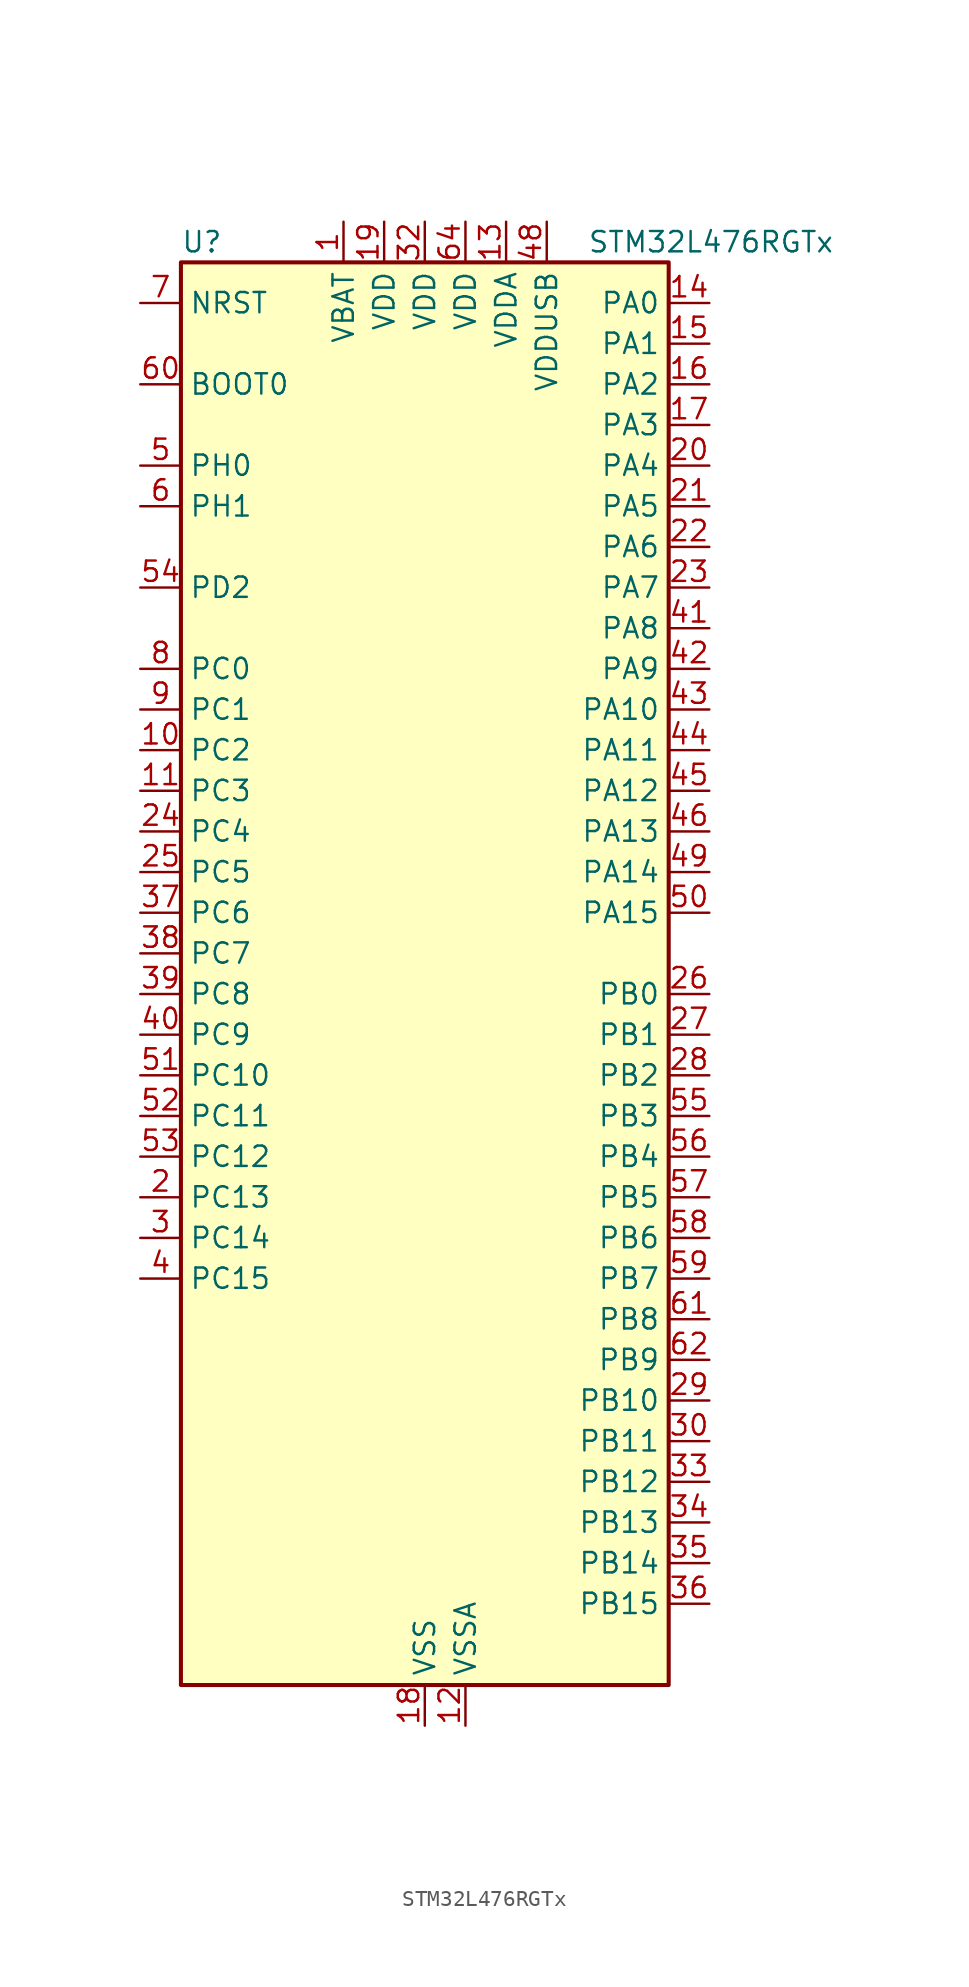
<source format=kicad_sym>
(kicad_symbol_lib
  (version 20231120)
  (generator "kicad_symbol_editor")
  (generator_version "8.0")
  (symbol "STM32L476RGTx"
    (property "Reference" "U"
      (at -15.24 46.99 0)
      (effects (font (size 1.27 1.27)) (justify left)))
    (property "Value" "STM32L476RGTx"
      (at 10.16 46.99 0)
      (effects (font (size 1.27 1.27)) (justify left)))
    (symbol "STM32L476RGTx_0_1"
      (rectangle (start -15.24 -43.18) (end 15.24 45.72) (stroke (width 0.254) (type default)) (fill (type background))))
    (symbol "STM32L476RGTx_1_1"
      (pin power_in line (at -5.08 48.26 270) (length 2.54) (name "VBAT" (effects (font (size 1.27 1.27)))) (number "1" (effects (font (size 1.27 1.27)))))
      (pin bidirectional line (at -17.78 15.24 0) (length 2.54) (name "PC2" (effects (font (size 1.27 1.27)))) (number "10" (effects (font (size 1.27 1.27)))) (alternate "ADC1_IN3" bidirectional line) (alternate "ADC2_IN3" bidirectional line) (alternate "ADC3_IN3" bidirectional line) (alternate "DFSDM1_CKOUT" bidirectional line) (alternate "LCD_SEG20" bidirectional line) (alternate "LPTIM1_IN2" bidirectional line) (alternate "SPI2_MISO" bidirectional line))
      (pin bidirectional line (at -17.78 12.7 0) (length 2.54) (name "PC3" (effects (font (size 1.27 1.27)))) (number "11" (effects (font (size 1.27 1.27)))) (alternate "ADC1_IN4" bidirectional line) (alternate "ADC2_IN4" bidirectional line) (alternate "ADC3_IN4" bidirectional line) (alternate "LCD_VLCD" bidirectional line) (alternate "LPTIM1_ETR" bidirectional line) (alternate "LPTIM2_ETR" bidirectional line) (alternate "SAI1_SD_A" bidirectional line) (alternate "SPI2_MOSI" bidirectional line))
      (pin power_in line (at 2.54 -45.72 90) (length 2.54) (name "VSSA" (effects (font (size 1.27 1.27)))) (number "12" (effects (font (size 1.27 1.27)))))
      (pin power_in line (at 5.08 48.26 270) (length 2.54) (name "VDDA" (effects (font (size 1.27 1.27)))) (number "13" (effects (font (size 1.27 1.27)))))
      (pin bidirectional line (at 17.78 43.18 180) (length 2.54) (name "PA0" (effects (font (size 1.27 1.27)))) (number "14" (effects (font (size 1.27 1.27)))) (alternate "ADC1_IN5" bidirectional line) (alternate "ADC2_IN5" bidirectional line) (alternate "OPAMP1_VINP" bidirectional line) (alternate "RTC_TAMP2" bidirectional line) (alternate "SAI1_EXTCLK" bidirectional line) (alternate "SYS_WKUP1" bidirectional line) (alternate "TIM2_CH1" bidirectional line) (alternate "TIM2_ETR" bidirectional line) (alternate "TIM5_CH1" bidirectional line) (alternate "TIM8_ETR" bidirectional line) (alternate "UART4_TX" bidirectional line) (alternate "USART2_CTS" bidirectional line))
      (pin bidirectional line (at 17.78 40.64 180) (length 2.54) (name "PA1" (effects (font (size 1.27 1.27)))) (number "15" (effects (font (size 1.27 1.27)))) (alternate "ADC1_IN6" bidirectional line) (alternate "ADC2_IN6" bidirectional line) (alternate "LCD_SEG0" bidirectional line) (alternate "OPAMP1_VINM" bidirectional line) (alternate "TIM15_CH1N" bidirectional line) (alternate "TIM2_CH2" bidirectional line) (alternate "TIM5_CH2" bidirectional line) (alternate "UART4_RX" bidirectional line) (alternate "USART2_DE" bidirectional line) (alternate "USART2_RTS" bidirectional line))
      (pin bidirectional line (at 17.78 38.1 180) (length 2.54) (name "PA2" (effects (font (size 1.27 1.27)))) (number "16" (effects (font (size 1.27 1.27)))) (alternate "ADC1_IN7" bidirectional line) (alternate "ADC2_IN7" bidirectional line) (alternate "LCD_SEG1" bidirectional line) (alternate "RCC_LSCO" bidirectional line) (alternate "SAI2_EXTCLK" bidirectional line) (alternate "SYS_WKUP4" bidirectional line) (alternate "TIM15_CH1" bidirectional line) (alternate "TIM2_CH3" bidirectional line) (alternate "TIM5_CH3" bidirectional line) (alternate "USART2_TX" bidirectional line))
      (pin bidirectional line (at 17.78 35.56 180) (length 2.54) (name "PA3" (effects (font (size 1.27 1.27)))) (number "17" (effects (font (size 1.27 1.27)))) (alternate "ADC1_IN8" bidirectional line) (alternate "ADC2_IN8" bidirectional line) (alternate "LCD_SEG2" bidirectional line) (alternate "OPAMP1_VOUT" bidirectional line) (alternate "TIM15_CH2" bidirectional line) (alternate "TIM2_CH4" bidirectional line) (alternate "TIM5_CH4" bidirectional line) (alternate "USART2_RX" bidirectional line))
      (pin power_in line (at 0 -45.72 90) (length 2.54) (name "VSS" (effects (font (size 1.27 1.27)))) (number "18" (effects (font (size 1.27 1.27)))))
      (pin power_in line (at -2.54 48.26 270) (length 2.54) (name "VDD" (effects (font (size 1.27 1.27)))) (number "19" (effects (font (size 1.27 1.27)))))
      (pin bidirectional line (at -17.78 -12.7 0) (length 2.54) (name "PC13" (effects (font (size 1.27 1.27)))) (number "2" (effects (font (size 1.27 1.27)))) (alternate "RTC_OUT_ALARM" bidirectional line) (alternate "RTC_OUT_CALIB" bidirectional line) (alternate "RTC_TAMP1" bidirectional line) (alternate "RTC_TS" bidirectional line) (alternate "SYS_WKUP2" bidirectional line))
      (pin bidirectional line (at 17.78 33.02 180) (length 2.54) (name "PA4" (effects (font (size 1.27 1.27)))) (number "20" (effects (font (size 1.27 1.27)))) (alternate "ADC1_IN9" bidirectional line) (alternate "ADC2_IN9" bidirectional line) (alternate "DAC1_OUT1" bidirectional line) (alternate "LPTIM2_OUT" bidirectional line) (alternate "SAI1_FS_B" bidirectional line) (alternate "SPI1_NSS" bidirectional line) (alternate "SPI3_NSS" bidirectional line) (alternate "USART2_CK" bidirectional line))
      (pin bidirectional line (at 17.78 30.48 180) (length 2.54) (name "PA5" (effects (font (size 1.27 1.27)))) (number "21" (effects (font (size 1.27 1.27)))) (alternate "ADC1_IN10" bidirectional line) (alternate "ADC2_IN10" bidirectional line) (alternate "DAC1_OUT2" bidirectional line) (alternate "LPTIM2_ETR" bidirectional line) (alternate "SPI1_SCK" bidirectional line) (alternate "TIM2_CH1" bidirectional line) (alternate "TIM2_ETR" bidirectional line) (alternate "TIM8_CH1N" bidirectional line))
      (pin bidirectional line (at 17.78 27.94 180) (length 2.54) (name "PA6" (effects (font (size 1.27 1.27)))) (number "22" (effects (font (size 1.27 1.27)))) (alternate "ADC1_IN11" bidirectional line) (alternate "ADC2_IN11" bidirectional line) (alternate "LCD_SEG3" bidirectional line) (alternate "OPAMP2_VINP" bidirectional line) (alternate "QUADSPI_BK1_IO3" bidirectional line) (alternate "SPI1_MISO" bidirectional line) (alternate "TIM16_CH1" bidirectional line) (alternate "TIM1_BKIN" bidirectional line) (alternate "TIM1_BKIN_COMP2" bidirectional line) (alternate "TIM3_CH1" bidirectional line) (alternate "TIM8_BKIN" bidirectional line) (alternate "TIM8_BKIN_COMP2" bidirectional line) (alternate "USART3_CTS" bidirectional line))
      (pin bidirectional line (at 17.78 25.4 180) (length 2.54) (name "PA7" (effects (font (size 1.27 1.27)))) (number "23" (effects (font (size 1.27 1.27)))) (alternate "ADC1_IN12" bidirectional line) (alternate "ADC2_IN12" bidirectional line) (alternate "LCD_SEG4" bidirectional line) (alternate "OPAMP2_VINM" bidirectional line) (alternate "QUADSPI_BK1_IO2" bidirectional line) (alternate "SPI1_MOSI" bidirectional line) (alternate "TIM17_CH1" bidirectional line) (alternate "TIM1_CH1N" bidirectional line) (alternate "TIM3_CH2" bidirectional line) (alternate "TIM8_CH1N" bidirectional line))
      (pin bidirectional line (at -17.78 10.16 0) (length 2.54) (name "PC4" (effects (font (size 1.27 1.27)))) (number "24" (effects (font (size 1.27 1.27)))) (alternate "ADC1_IN13" bidirectional line) (alternate "ADC2_IN13" bidirectional line) (alternate "COMP1_INM" bidirectional line) (alternate "LCD_SEG22" bidirectional line) (alternate "USART3_TX" bidirectional line))
      (pin bidirectional line (at -17.78 7.62 0) (length 2.54) (name "PC5" (effects (font (size 1.27 1.27)))) (number "25" (effects (font (size 1.27 1.27)))) (alternate "ADC1_IN14" bidirectional line) (alternate "ADC2_IN14" bidirectional line) (alternate "COMP1_INP" bidirectional line) (alternate "LCD_SEG23" bidirectional line) (alternate "SYS_WKUP5" bidirectional line) (alternate "USART3_RX" bidirectional line))
      (pin bidirectional line (at 17.78 0 180) (length 2.54) (name "PB0" (effects (font (size 1.27 1.27)))) (number "26" (effects (font (size 1.27 1.27)))) (alternate "ADC1_IN15" bidirectional line) (alternate "ADC2_IN15" bidirectional line) (alternate "COMP1_OUT" bidirectional line) (alternate "LCD_SEG5" bidirectional line) (alternate "OPAMP2_VOUT" bidirectional line) (alternate "QUADSPI_BK1_IO1" bidirectional line) (alternate "TIM1_CH2N" bidirectional line) (alternate "TIM3_CH3" bidirectional line) (alternate "TIM8_CH2N" bidirectional line) (alternate "USART3_CK" bidirectional line))
      (pin bidirectional line (at 17.78 -2.54 180) (length 2.54) (name "PB1" (effects (font (size 1.27 1.27)))) (number "27" (effects (font (size 1.27 1.27)))) (alternate "ADC1_IN16" bidirectional line) (alternate "ADC2_IN16" bidirectional line) (alternate "COMP1_INM" bidirectional line) (alternate "DFSDM1_DATIN0" bidirectional line) (alternate "LCD_SEG6" bidirectional line) (alternate "LPTIM2_IN1" bidirectional line) (alternate "QUADSPI_BK1_IO0" bidirectional line) (alternate "TIM1_CH3N" bidirectional line) (alternate "TIM3_CH4" bidirectional line) (alternate "TIM8_CH3N" bidirectional line) (alternate "USART3_DE" bidirectional line) (alternate "USART3_RTS" bidirectional line))
      (pin bidirectional line (at 17.78 -5.08 180) (length 2.54) (name "PB2" (effects (font (size 1.27 1.27)))) (number "28" (effects (font (size 1.27 1.27)))) (alternate "COMP1_INP" bidirectional line) (alternate "DFSDM1_CKIN0" bidirectional line) (alternate "I2C3_SMBA" bidirectional line) (alternate "LPTIM1_OUT" bidirectional line) (alternate "RTC_OUT_ALARM" bidirectional line) (alternate "RTC_OUT_CALIB" bidirectional line))
      (pin bidirectional line (at 17.78 -25.4 180) (length 2.54) (name "PB10" (effects (font (size 1.27 1.27)))) (number "29" (effects (font (size 1.27 1.27)))) (alternate "COMP1_OUT" bidirectional line) (alternate "DFSDM1_DATIN7" bidirectional line) (alternate "I2C2_SCL" bidirectional line) (alternate "LCD_SEG10" bidirectional line) (alternate "LPUART1_RX" bidirectional line) (alternate "QUADSPI_CLK" bidirectional line) (alternate "SAI1_SCK_A" bidirectional line) (alternate "SPI2_SCK" bidirectional line) (alternate "TIM2_CH3" bidirectional line) (alternate "USART3_TX" bidirectional line))
      (pin bidirectional line (at -17.78 -15.24 0) (length 2.54) (name "PC14" (effects (font (size 1.27 1.27)))) (number "3" (effects (font (size 1.27 1.27)))) (alternate "RCC_OSC32_IN" bidirectional line))
      (pin bidirectional line (at 17.78 -27.94 180) (length 2.54) (name "PB11" (effects (font (size 1.27 1.27)))) (number "30" (effects (font (size 1.27 1.27)))) (alternate "ADC1_EXTI11" bidirectional line) (alternate "ADC2_EXTI11" bidirectional line) (alternate "ADC3_EXTI11" bidirectional line) (alternate "COMP2_OUT" bidirectional line) (alternate "DFSDM1_CKIN7" bidirectional line) (alternate "I2C2_SDA" bidirectional line) (alternate "LCD_SEG11" bidirectional line) (alternate "LPUART1_TX" bidirectional line) (alternate "QUADSPI_NCS" bidirectional line) (alternate "TIM2_CH4" bidirectional line) (alternate "USART3_RX" bidirectional line))
      (pin passive line (at 0 -45.72 90) (length 2.54) hide (name "VSS" (effects (font (size 1.27 1.27)))) (number "31" (effects (font (size 1.27 1.27)))))
      (pin power_in line (at 0 48.26 270) (length 2.54) (name "VDD" (effects (font (size 1.27 1.27)))) (number "32" (effects (font (size 1.27 1.27)))))
      (pin bidirectional line (at 17.78 -30.48 180) (length 2.54) (name "PB12" (effects (font (size 1.27 1.27)))) (number "33" (effects (font (size 1.27 1.27)))) (alternate "DFSDM1_DATIN1" bidirectional line) (alternate "I2C2_SMBA" bidirectional line) (alternate "LCD_SEG12" bidirectional line) (alternate "LPUART1_DE" bidirectional line) (alternate "LPUART1_RTS" bidirectional line) (alternate "SAI2_FS_A" bidirectional line) (alternate "SPI2_NSS" bidirectional line) (alternate "SWPMI1_IO" bidirectional line) (alternate "TIM15_BKIN" bidirectional line) (alternate "TIM1_BKIN" bidirectional line) (alternate "TIM1_BKIN_COMP2" bidirectional line) (alternate "TSC_G1_IO1" bidirectional line) (alternate "USART3_CK" bidirectional line))
      (pin bidirectional line (at 17.78 -33.02 180) (length 2.54) (name "PB13" (effects (font (size 1.27 1.27)))) (number "34" (effects (font (size 1.27 1.27)))) (alternate "DFSDM1_CKIN1" bidirectional line) (alternate "I2C2_SCL" bidirectional line) (alternate "LCD_SEG13" bidirectional line) (alternate "LPUART1_CTS" bidirectional line) (alternate "SAI2_SCK_A" bidirectional line) (alternate "SPI2_SCK" bidirectional line) (alternate "SWPMI1_TX" bidirectional line) (alternate "TIM15_CH1N" bidirectional line) (alternate "TIM1_CH1N" bidirectional line) (alternate "TSC_G1_IO2" bidirectional line) (alternate "USART3_CTS" bidirectional line))
      (pin bidirectional line (at 17.78 -35.56 180) (length 2.54) (name "PB14" (effects (font (size 1.27 1.27)))) (number "35" (effects (font (size 1.27 1.27)))) (alternate "DFSDM1_DATIN2" bidirectional line) (alternate "I2C2_SDA" bidirectional line) (alternate "LCD_SEG14" bidirectional line) (alternate "SAI2_MCLK_A" bidirectional line) (alternate "SPI2_MISO" bidirectional line) (alternate "SWPMI1_RX" bidirectional line) (alternate "TIM15_CH1" bidirectional line) (alternate "TIM1_CH2N" bidirectional line) (alternate "TIM8_CH2N" bidirectional line) (alternate "TSC_G1_IO3" bidirectional line) (alternate "USART3_DE" bidirectional line) (alternate "USART3_RTS" bidirectional line))
      (pin bidirectional line (at 17.78 -38.1 180) (length 2.54) (name "PB15" (effects (font (size 1.27 1.27)))) (number "36" (effects (font (size 1.27 1.27)))) (alternate "ADC1_EXTI15" bidirectional line) (alternate "ADC2_EXTI15" bidirectional line) (alternate "ADC3_EXTI15" bidirectional line) (alternate "DFSDM1_CKIN2" bidirectional line) (alternate "LCD_SEG15" bidirectional line) (alternate "RTC_REFIN" bidirectional line) (alternate "SAI2_SD_A" bidirectional line) (alternate "SPI2_MOSI" bidirectional line) (alternate "SWPMI1_SUSPEND" bidirectional line) (alternate "TIM15_CH2" bidirectional line) (alternate "TIM1_CH3N" bidirectional line) (alternate "TIM8_CH3N" bidirectional line) (alternate "TSC_G1_IO4" bidirectional line))
      (pin bidirectional line (at -17.78 5.08 0) (length 2.54) (name "PC6" (effects (font (size 1.27 1.27)))) (number "37" (effects (font (size 1.27 1.27)))) (alternate "DFSDM1_CKIN3" bidirectional line) (alternate "LCD_SEG24" bidirectional line) (alternate "SAI2_MCLK_A" bidirectional line) (alternate "SDMMC1_D6" bidirectional line) (alternate "TIM3_CH1" bidirectional line) (alternate "TIM8_CH1" bidirectional line) (alternate "TSC_G4_IO1" bidirectional line))
      (pin bidirectional line (at -17.78 2.54 0) (length 2.54) (name "PC7" (effects (font (size 1.27 1.27)))) (number "38" (effects (font (size 1.27 1.27)))) (alternate "DFSDM1_DATIN3" bidirectional line) (alternate "LCD_SEG25" bidirectional line) (alternate "SAI2_MCLK_B" bidirectional line) (alternate "SDMMC1_D7" bidirectional line) (alternate "TIM3_CH2" bidirectional line) (alternate "TIM8_CH2" bidirectional line) (alternate "TSC_G4_IO2" bidirectional line))
      (pin bidirectional line (at -17.78 0 0) (length 2.54) (name "PC8" (effects (font (size 1.27 1.27)))) (number "39" (effects (font (size 1.27 1.27)))) (alternate "LCD_SEG26" bidirectional line) (alternate "SDMMC1_D0" bidirectional line) (alternate "TIM3_CH3" bidirectional line) (alternate "TIM8_CH3" bidirectional line) (alternate "TSC_G4_IO3" bidirectional line))
      (pin bidirectional line (at -17.78 -17.78 0) (length 2.54) (name "PC15" (effects (font (size 1.27 1.27)))) (number "4" (effects (font (size 1.27 1.27)))) (alternate "ADC1_EXTI15" bidirectional line) (alternate "ADC2_EXTI15" bidirectional line) (alternate "ADC3_EXTI15" bidirectional line) (alternate "RCC_OSC32_OUT" bidirectional line))
      (pin bidirectional line (at -17.78 -2.54 0) (length 2.54) (name "PC9" (effects (font (size 1.27 1.27)))) (number "40" (effects (font (size 1.27 1.27)))) (alternate "DAC1_EXTI9" bidirectional line) (alternate "LCD_SEG27" bidirectional line) (alternate "SAI2_EXTCLK" bidirectional line) (alternate "SDMMC1_D1" bidirectional line) (alternate "TIM3_CH4" bidirectional line) (alternate "TIM8_BKIN2" bidirectional line) (alternate "TIM8_BKIN2_COMP1" bidirectional line) (alternate "TIM8_CH4" bidirectional line) (alternate "TSC_G4_IO4" bidirectional line) (alternate "USB_OTG_FS_NOE" bidirectional line))
      (pin bidirectional line (at 17.78 22.86 180) (length 2.54) (name "PA8" (effects (font (size 1.27 1.27)))) (number "41" (effects (font (size 1.27 1.27)))) (alternate "LCD_COM0" bidirectional line) (alternate "LPTIM2_OUT" bidirectional line) (alternate "RCC_MCO" bidirectional line) (alternate "TIM1_CH1" bidirectional line) (alternate "USART1_CK" bidirectional line) (alternate "USB_OTG_FS_SOF" bidirectional line))
      (pin bidirectional line (at 17.78 20.32 180) (length 2.54) (name "PA9" (effects (font (size 1.27 1.27)))) (number "42" (effects (font (size 1.27 1.27)))) (alternate "DAC1_EXTI9" bidirectional line) (alternate "LCD_COM1" bidirectional line) (alternate "TIM15_BKIN" bidirectional line) (alternate "TIM1_CH2" bidirectional line) (alternate "USART1_TX" bidirectional line) (alternate "USB_OTG_FS_VBUS" bidirectional line))
      (pin bidirectional line (at 17.78 17.78 180) (length 2.54) (name "PA10" (effects (font (size 1.27 1.27)))) (number "43" (effects (font (size 1.27 1.27)))) (alternate "LCD_COM2" bidirectional line) (alternate "TIM17_BKIN" bidirectional line) (alternate "TIM1_CH3" bidirectional line) (alternate "USART1_RX" bidirectional line) (alternate "USB_OTG_FS_ID" bidirectional line))
      (pin bidirectional line (at 17.78 15.24 180) (length 2.54) (name "PA11" (effects (font (size 1.27 1.27)))) (number "44" (effects (font (size 1.27 1.27)))) (alternate "ADC1_EXTI11" bidirectional line) (alternate "ADC2_EXTI11" bidirectional line) (alternate "ADC3_EXTI11" bidirectional line) (alternate "CAN1_RX" bidirectional line) (alternate "TIM1_BKIN2" bidirectional line) (alternate "TIM1_BKIN2_COMP1" bidirectional line) (alternate "TIM1_CH4" bidirectional line) (alternate "USART1_CTS" bidirectional line) (alternate "USB_OTG_FS_DM" bidirectional line))
      (pin bidirectional line (at 17.78 12.7 180) (length 2.54) (name "PA12" (effects (font (size 1.27 1.27)))) (number "45" (effects (font (size 1.27 1.27)))) (alternate "CAN1_TX" bidirectional line) (alternate "TIM1_ETR" bidirectional line) (alternate "USART1_DE" bidirectional line) (alternate "USART1_RTS" bidirectional line) (alternate "USB_OTG_FS_DP" bidirectional line))
      (pin bidirectional line (at 17.78 10.16 180) (length 2.54) (name "PA13" (effects (font (size 1.27 1.27)))) (number "46" (effects (font (size 1.27 1.27)))) (alternate "IR_OUT" bidirectional line) (alternate "SYS_JTMS-SWDIO" bidirectional line) (alternate "USB_OTG_FS_NOE" bidirectional line))
      (pin passive line (at 0 -45.72 90) (length 2.54) hide (name "VSS" (effects (font (size 1.27 1.27)))) (number "47" (effects (font (size 1.27 1.27)))))
      (pin power_in line (at 7.62 48.26 270) (length 2.54) (name "VDDUSB" (effects (font (size 1.27 1.27)))) (number "48" (effects (font (size 1.27 1.27)))))
      (pin bidirectional line (at 17.78 7.62 180) (length 2.54) (name "PA14" (effects (font (size 1.27 1.27)))) (number "49" (effects (font (size 1.27 1.27)))) (alternate "SYS_JTCK-SWCLK" bidirectional line))
      (pin bidirectional line (at -17.78 33.02 0) (length 2.54) (name "PH0" (effects (font (size 1.27 1.27)))) (number "5" (effects (font (size 1.27 1.27)))) (alternate "RCC_OSC_IN" bidirectional line))
      (pin bidirectional line (at 17.78 5.08 180) (length 2.54) (name "PA15" (effects (font (size 1.27 1.27)))) (number "50" (effects (font (size 1.27 1.27)))) (alternate "ADC1_EXTI15" bidirectional line) (alternate "ADC2_EXTI15" bidirectional line) (alternate "ADC3_EXTI15" bidirectional line) (alternate "LCD_SEG17" bidirectional line) (alternate "SAI2_FS_B" bidirectional line) (alternate "SPI1_NSS" bidirectional line) (alternate "SPI3_NSS" bidirectional line) (alternate "SYS_JTDI" bidirectional line) (alternate "TIM2_CH1" bidirectional line) (alternate "TIM2_ETR" bidirectional line) (alternate "TSC_G3_IO1" bidirectional line) (alternate "UART4_DE" bidirectional line) (alternate "UART4_RTS" bidirectional line))
      (pin bidirectional line (at -17.78 -5.08 0) (length 2.54) (name "PC10" (effects (font (size 1.27 1.27)))) (number "51" (effects (font (size 1.27 1.27)))) (alternate "LCD_COM4" bidirectional line) (alternate "LCD_SEG28" bidirectional line) (alternate "LCD_SEG40" bidirectional line) (alternate "SAI2_SCK_B" bidirectional line) (alternate "SDMMC1_D2" bidirectional line) (alternate "SPI3_SCK" bidirectional line) (alternate "TSC_G3_IO2" bidirectional line) (alternate "UART4_TX" bidirectional line) (alternate "USART3_TX" bidirectional line))
      (pin bidirectional line (at -17.78 -7.62 0) (length 2.54) (name "PC11" (effects (font (size 1.27 1.27)))) (number "52" (effects (font (size 1.27 1.27)))) (alternate "ADC1_EXTI11" bidirectional line) (alternate "ADC2_EXTI11" bidirectional line) (alternate "ADC3_EXTI11" bidirectional line) (alternate "LCD_COM5" bidirectional line) (alternate "LCD_SEG29" bidirectional line) (alternate "LCD_SEG41" bidirectional line) (alternate "SAI2_MCLK_B" bidirectional line) (alternate "SDMMC1_D3" bidirectional line) (alternate "SPI3_MISO" bidirectional line) (alternate "TSC_G3_IO3" bidirectional line) (alternate "UART4_RX" bidirectional line) (alternate "USART3_RX" bidirectional line))
      (pin bidirectional line (at -17.78 -10.16 0) (length 2.54) (name "PC12" (effects (font (size 1.27 1.27)))) (number "53" (effects (font (size 1.27 1.27)))) (alternate "LCD_COM6" bidirectional line) (alternate "LCD_SEG30" bidirectional line) (alternate "LCD_SEG42" bidirectional line) (alternate "SAI2_SD_B" bidirectional line) (alternate "SDMMC1_CK" bidirectional line) (alternate "SPI3_MOSI" bidirectional line) (alternate "TSC_G3_IO4" bidirectional line) (alternate "UART5_TX" bidirectional line) (alternate "USART3_CK" bidirectional line))
      (pin bidirectional line (at -17.78 25.4 0) (length 2.54) (name "PD2" (effects (font (size 1.27 1.27)))) (number "54" (effects (font (size 1.27 1.27)))) (alternate "LCD_COM7" bidirectional line) (alternate "LCD_SEG31" bidirectional line) (alternate "LCD_SEG43" bidirectional line) (alternate "SDMMC1_CMD" bidirectional line) (alternate "TIM3_ETR" bidirectional line) (alternate "TSC_SYNC" bidirectional line) (alternate "UART5_RX" bidirectional line) (alternate "USART3_DE" bidirectional line) (alternate "USART3_RTS" bidirectional line))
      (pin bidirectional line (at 17.78 -7.62 180) (length 2.54) (name "PB3" (effects (font (size 1.27 1.27)))) (number "55" (effects (font (size 1.27 1.27)))) (alternate "COMP2_INM" bidirectional line) (alternate "LCD_SEG7" bidirectional line) (alternate "SAI1_SCK_B" bidirectional line) (alternate "SPI1_SCK" bidirectional line) (alternate "SPI3_SCK" bidirectional line) (alternate "SYS_JTDO-SWO" bidirectional line) (alternate "TIM2_CH2" bidirectional line) (alternate "USART1_DE" bidirectional line) (alternate "USART1_RTS" bidirectional line))
      (pin bidirectional line (at 17.78 -10.16 180) (length 2.54) (name "PB4" (effects (font (size 1.27 1.27)))) (number "56" (effects (font (size 1.27 1.27)))) (alternate "COMP2_INP" bidirectional line) (alternate "LCD_SEG8" bidirectional line) (alternate "SAI1_MCLK_B" bidirectional line) (alternate "SPI1_MISO" bidirectional line) (alternate "SPI3_MISO" bidirectional line) (alternate "SYS_JTRST" bidirectional line) (alternate "TIM17_BKIN" bidirectional line) (alternate "TIM3_CH1" bidirectional line) (alternate "TSC_G2_IO1" bidirectional line) (alternate "UART5_DE" bidirectional line) (alternate "UART5_RTS" bidirectional line) (alternate "USART1_CTS" bidirectional line))
      (pin bidirectional line (at 17.78 -12.7 180) (length 2.54) (name "PB5" (effects (font (size 1.27 1.27)))) (number "57" (effects (font (size 1.27 1.27)))) (alternate "COMP2_OUT" bidirectional line) (alternate "I2C1_SMBA" bidirectional line) (alternate "LCD_SEG9" bidirectional line) (alternate "LPTIM1_IN1" bidirectional line) (alternate "SAI1_SD_B" bidirectional line) (alternate "SPI1_MOSI" bidirectional line) (alternate "SPI3_MOSI" bidirectional line) (alternate "TIM16_BKIN" bidirectional line) (alternate "TIM3_CH2" bidirectional line) (alternate "TSC_G2_IO2" bidirectional line) (alternate "UART5_CTS" bidirectional line) (alternate "USART1_CK" bidirectional line))
      (pin bidirectional line (at 17.78 -15.24 180) (length 2.54) (name "PB6" (effects (font (size 1.27 1.27)))) (number "58" (effects (font (size 1.27 1.27)))) (alternate "COMP2_INP" bidirectional line) (alternate "DFSDM1_DATIN5" bidirectional line) (alternate "I2C1_SCL" bidirectional line) (alternate "LPTIM1_ETR" bidirectional line) (alternate "SAI1_FS_B" bidirectional line) (alternate "TIM16_CH1N" bidirectional line) (alternate "TIM4_CH1" bidirectional line) (alternate "TIM8_BKIN2" bidirectional line) (alternate "TIM8_BKIN2_COMP2" bidirectional line) (alternate "TSC_G2_IO3" bidirectional line) (alternate "USART1_TX" bidirectional line))
      (pin bidirectional line (at 17.78 -17.78 180) (length 2.54) (name "PB7" (effects (font (size 1.27 1.27)))) (number "59" (effects (font (size 1.27 1.27)))) (alternate "COMP2_INM" bidirectional line) (alternate "DFSDM1_CKIN5" bidirectional line) (alternate "I2C1_SDA" bidirectional line) (alternate "LCD_SEG21" bidirectional line) (alternate "LPTIM1_IN2" bidirectional line) (alternate "SYS_PVD_IN" bidirectional line) (alternate "TIM17_CH1N" bidirectional line) (alternate "TIM4_CH2" bidirectional line) (alternate "TIM8_BKIN" bidirectional line) (alternate "TIM8_BKIN_COMP1" bidirectional line) (alternate "TSC_G2_IO4" bidirectional line) (alternate "UART4_CTS" bidirectional line) (alternate "USART1_RX" bidirectional line))
      (pin bidirectional line (at -17.78 30.48 0) (length 2.54) (name "PH1" (effects (font (size 1.27 1.27)))) (number "6" (effects (font (size 1.27 1.27)))) (alternate "RCC_OSC_OUT" bidirectional line))
      (pin input line (at -17.78 38.1 0) (length 2.54) (name "BOOT0" (effects (font (size 1.27 1.27)))) (number "60" (effects (font (size 1.27 1.27)))))
      (pin bidirectional line (at 17.78 -20.32 180) (length 2.54) (name "PB8" (effects (font (size 1.27 1.27)))) (number "61" (effects (font (size 1.27 1.27)))) (alternate "CAN1_RX" bidirectional line) (alternate "DFSDM1_DATIN6" bidirectional line) (alternate "I2C1_SCL" bidirectional line) (alternate "LCD_SEG16" bidirectional line) (alternate "SAI1_MCLK_A" bidirectional line) (alternate "SDMMC1_D4" bidirectional line) (alternate "TIM16_CH1" bidirectional line) (alternate "TIM4_CH3" bidirectional line))
      (pin bidirectional line (at 17.78 -22.86 180) (length 2.54) (name "PB9" (effects (font (size 1.27 1.27)))) (number "62" (effects (font (size 1.27 1.27)))) (alternate "CAN1_TX" bidirectional line) (alternate "DAC1_EXTI9" bidirectional line) (alternate "DFSDM1_CKIN6" bidirectional line) (alternate "I2C1_SDA" bidirectional line) (alternate "IR_OUT" bidirectional line) (alternate "LCD_COM3" bidirectional line) (alternate "SAI1_FS_A" bidirectional line) (alternate "SDMMC1_D5" bidirectional line) (alternate "SPI2_NSS" bidirectional line) (alternate "TIM17_CH1" bidirectional line) (alternate "TIM4_CH4" bidirectional line))
      (pin passive line (at 0 -45.72 90) (length 2.54) hide (name "VSS" (effects (font (size 1.27 1.27)))) (number "63" (effects (font (size 1.27 1.27)))))
      (pin power_in line (at 2.54 48.26 270) (length 2.54) (name "VDD" (effects (font (size 1.27 1.27)))) (number "64" (effects (font (size 1.27 1.27)))))
      (pin input line (at -17.78 43.18 0) (length 2.54) (name "NRST" (effects (font (size 1.27 1.27)))) (number "7" (effects (font (size 1.27 1.27)))))
      (pin bidirectional line (at -17.78 20.32 0) (length 2.54) (name "PC0" (effects (font (size 1.27 1.27)))) (number "8" (effects (font (size 1.27 1.27)))) (alternate "ADC1_IN1" bidirectional line) (alternate "ADC2_IN1" bidirectional line) (alternate "ADC3_IN1" bidirectional line) (alternate "DFSDM1_DATIN4" bidirectional line) (alternate "I2C3_SCL" bidirectional line) (alternate "LCD_SEG18" bidirectional line) (alternate "LPTIM1_IN1" bidirectional line) (alternate "LPTIM2_IN1" bidirectional line) (alternate "LPUART1_RX" bidirectional line))
      (pin bidirectional line (at -17.78 17.78 0) (length 2.54) (name "PC1" (effects (font (size 1.27 1.27)))) (number "9" (effects (font (size 1.27 1.27)))) (alternate "ADC1_IN2" bidirectional line) (alternate "ADC2_IN2" bidirectional line) (alternate "ADC3_IN2" bidirectional line) (alternate "DFSDM1_CKIN4" bidirectional line) (alternate "I2C3_SDA" bidirectional line) (alternate "LCD_SEG19" bidirectional line) (alternate "LPTIM1_OUT" bidirectional line) (alternate "LPUART1_TX" bidirectional line)))))
</source>
